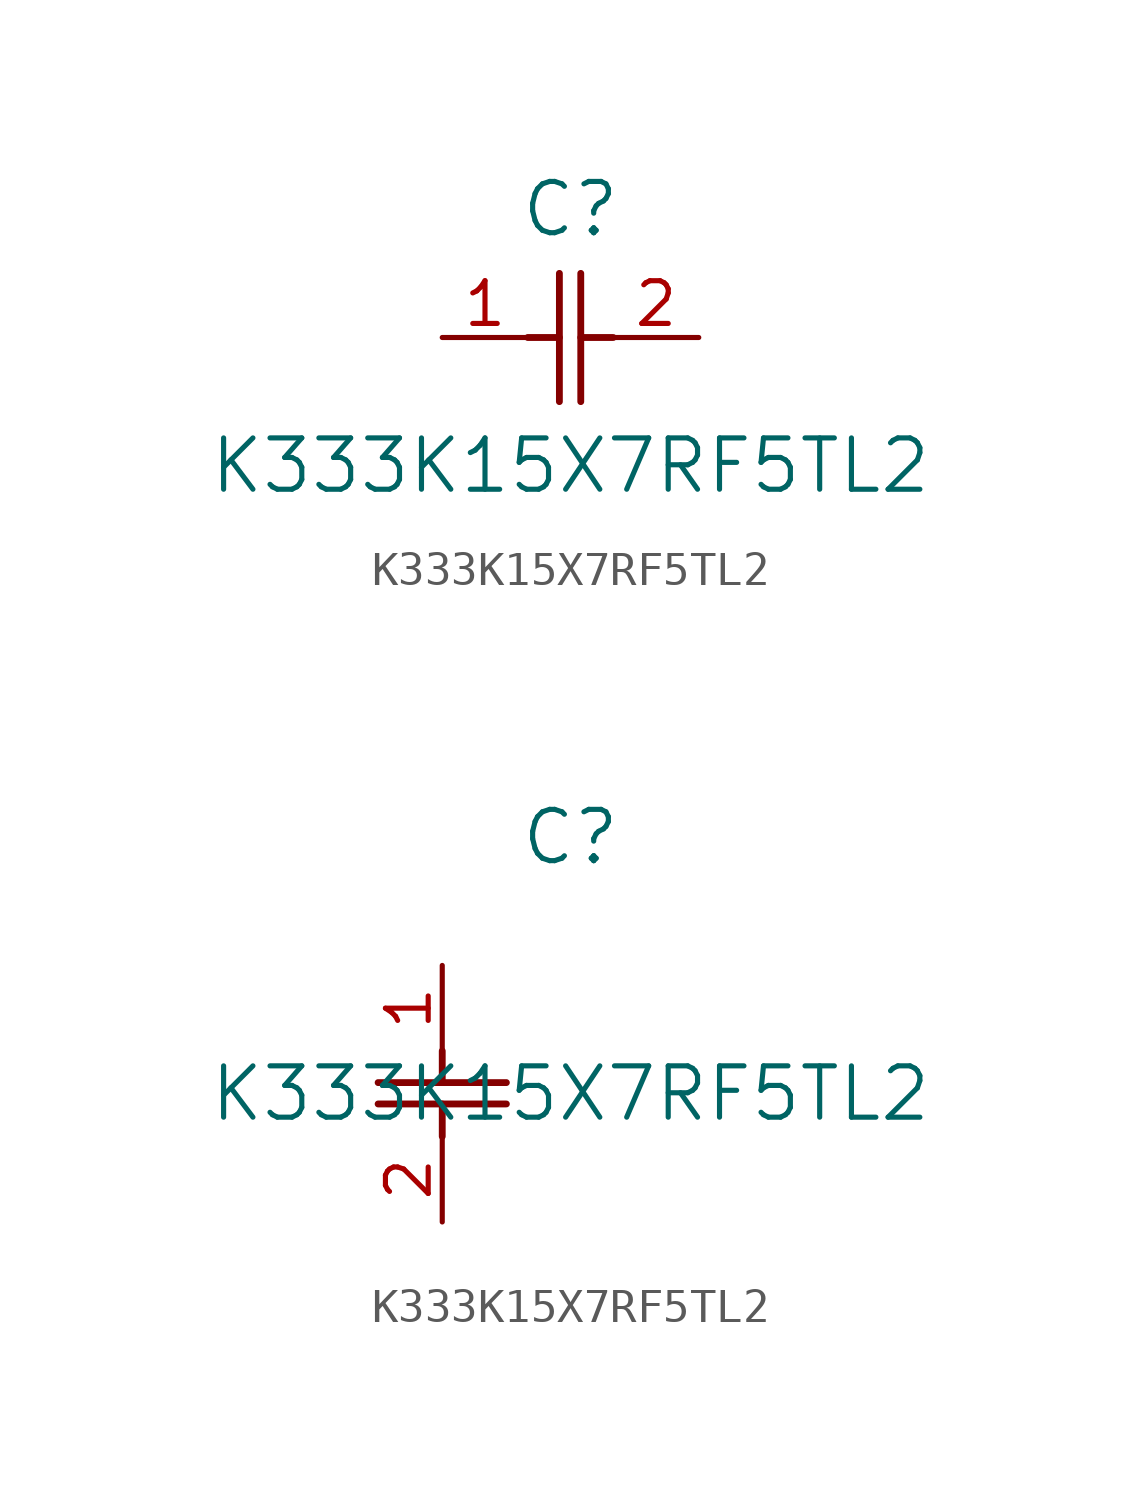
<source format=kicad_sym>
(kicad_symbol_lib
  (version 20211014)
  (generator kicad_symbol_editor)
  (symbol "K333K15X7RF5TL2"
    (pin_names
      (offset 0.254))
    (property "Reference" "C"
      (at 3.81 3.81 0)
      (effects (font (size 1.524 1.524))))
    (property "Value" "K333K15X7RF5TL2"
      (at 3.81 -3.81 0)
      (effects (font (size 1.524 1.524))))
    (symbol "K333K15X7RF5TL2_1_1"
      (polyline (pts (xy 3.48 -1.905) (xy 3.48 1.905)) (stroke (width 0.203) (type default) (color 0 0 0 0)) (fill (type none)))
      (polyline (pts (xy 4.115 -1.905) (xy 4.115 1.905)) (stroke (width 0.203) (type default) (color 0 0 0 0)) (fill (type none)))
      (polyline (pts (xy 4.115 0) (xy 5.08 0)) (stroke (width 0.203) (type default) (color 0 0 0 0)) (fill (type none)))
      (polyline (pts (xy 2.54 0) (xy 3.48 0)) (stroke (width 0.203) (type default) (color 0 0 0 0)) (fill (type none)))
      (pin unspecified line (at 0 0 0) (length 2.54) (name "" (effects (font (size 1.27 1.27)))) (number "1" (effects (font (size 1.27 1.27)))))
      (pin unspecified line (at 7.62 0 180) (length 2.54) (name "" (effects (font (size 1.27 1.27)))) (number "2" (effects (font (size 1.27 1.27))))))
    (symbol "K333K15X7RF5TL2_1_2"
      (polyline (pts (xy -1.905 -3.48) (xy 1.905 -3.48)) (stroke (width 0.203) (type default) (color 0 0 0 0)) (fill (type none)))
      (polyline (pts (xy -1.905 -4.115) (xy 1.905 -4.115)) (stroke (width 0.203) (type default) (color 0 0 0 0)) (fill (type none)))
      (polyline (pts (xy 0 -4.115) (xy 0 -5.08)) (stroke (width 0.203) (type default) (color 0 0 0 0)) (fill (type none)))
      (polyline (pts (xy 0 -2.54) (xy 0 -3.48)) (stroke (width 0.203) (type default) (color 0 0 0 0)) (fill (type none)))
      (pin unspecified line (at 0 0 270) (length 2.54) (name "" (effects (font (size 1.27 1.27)))) (number "1" (effects (font (size 1.27 1.27)))))
      (pin unspecified line (at 0 -7.62 90) (length 2.54) (name "" (effects (font (size 1.27 1.27)))) (number "2" (effects (font (size 1.27 1.27))))))))
</source>
